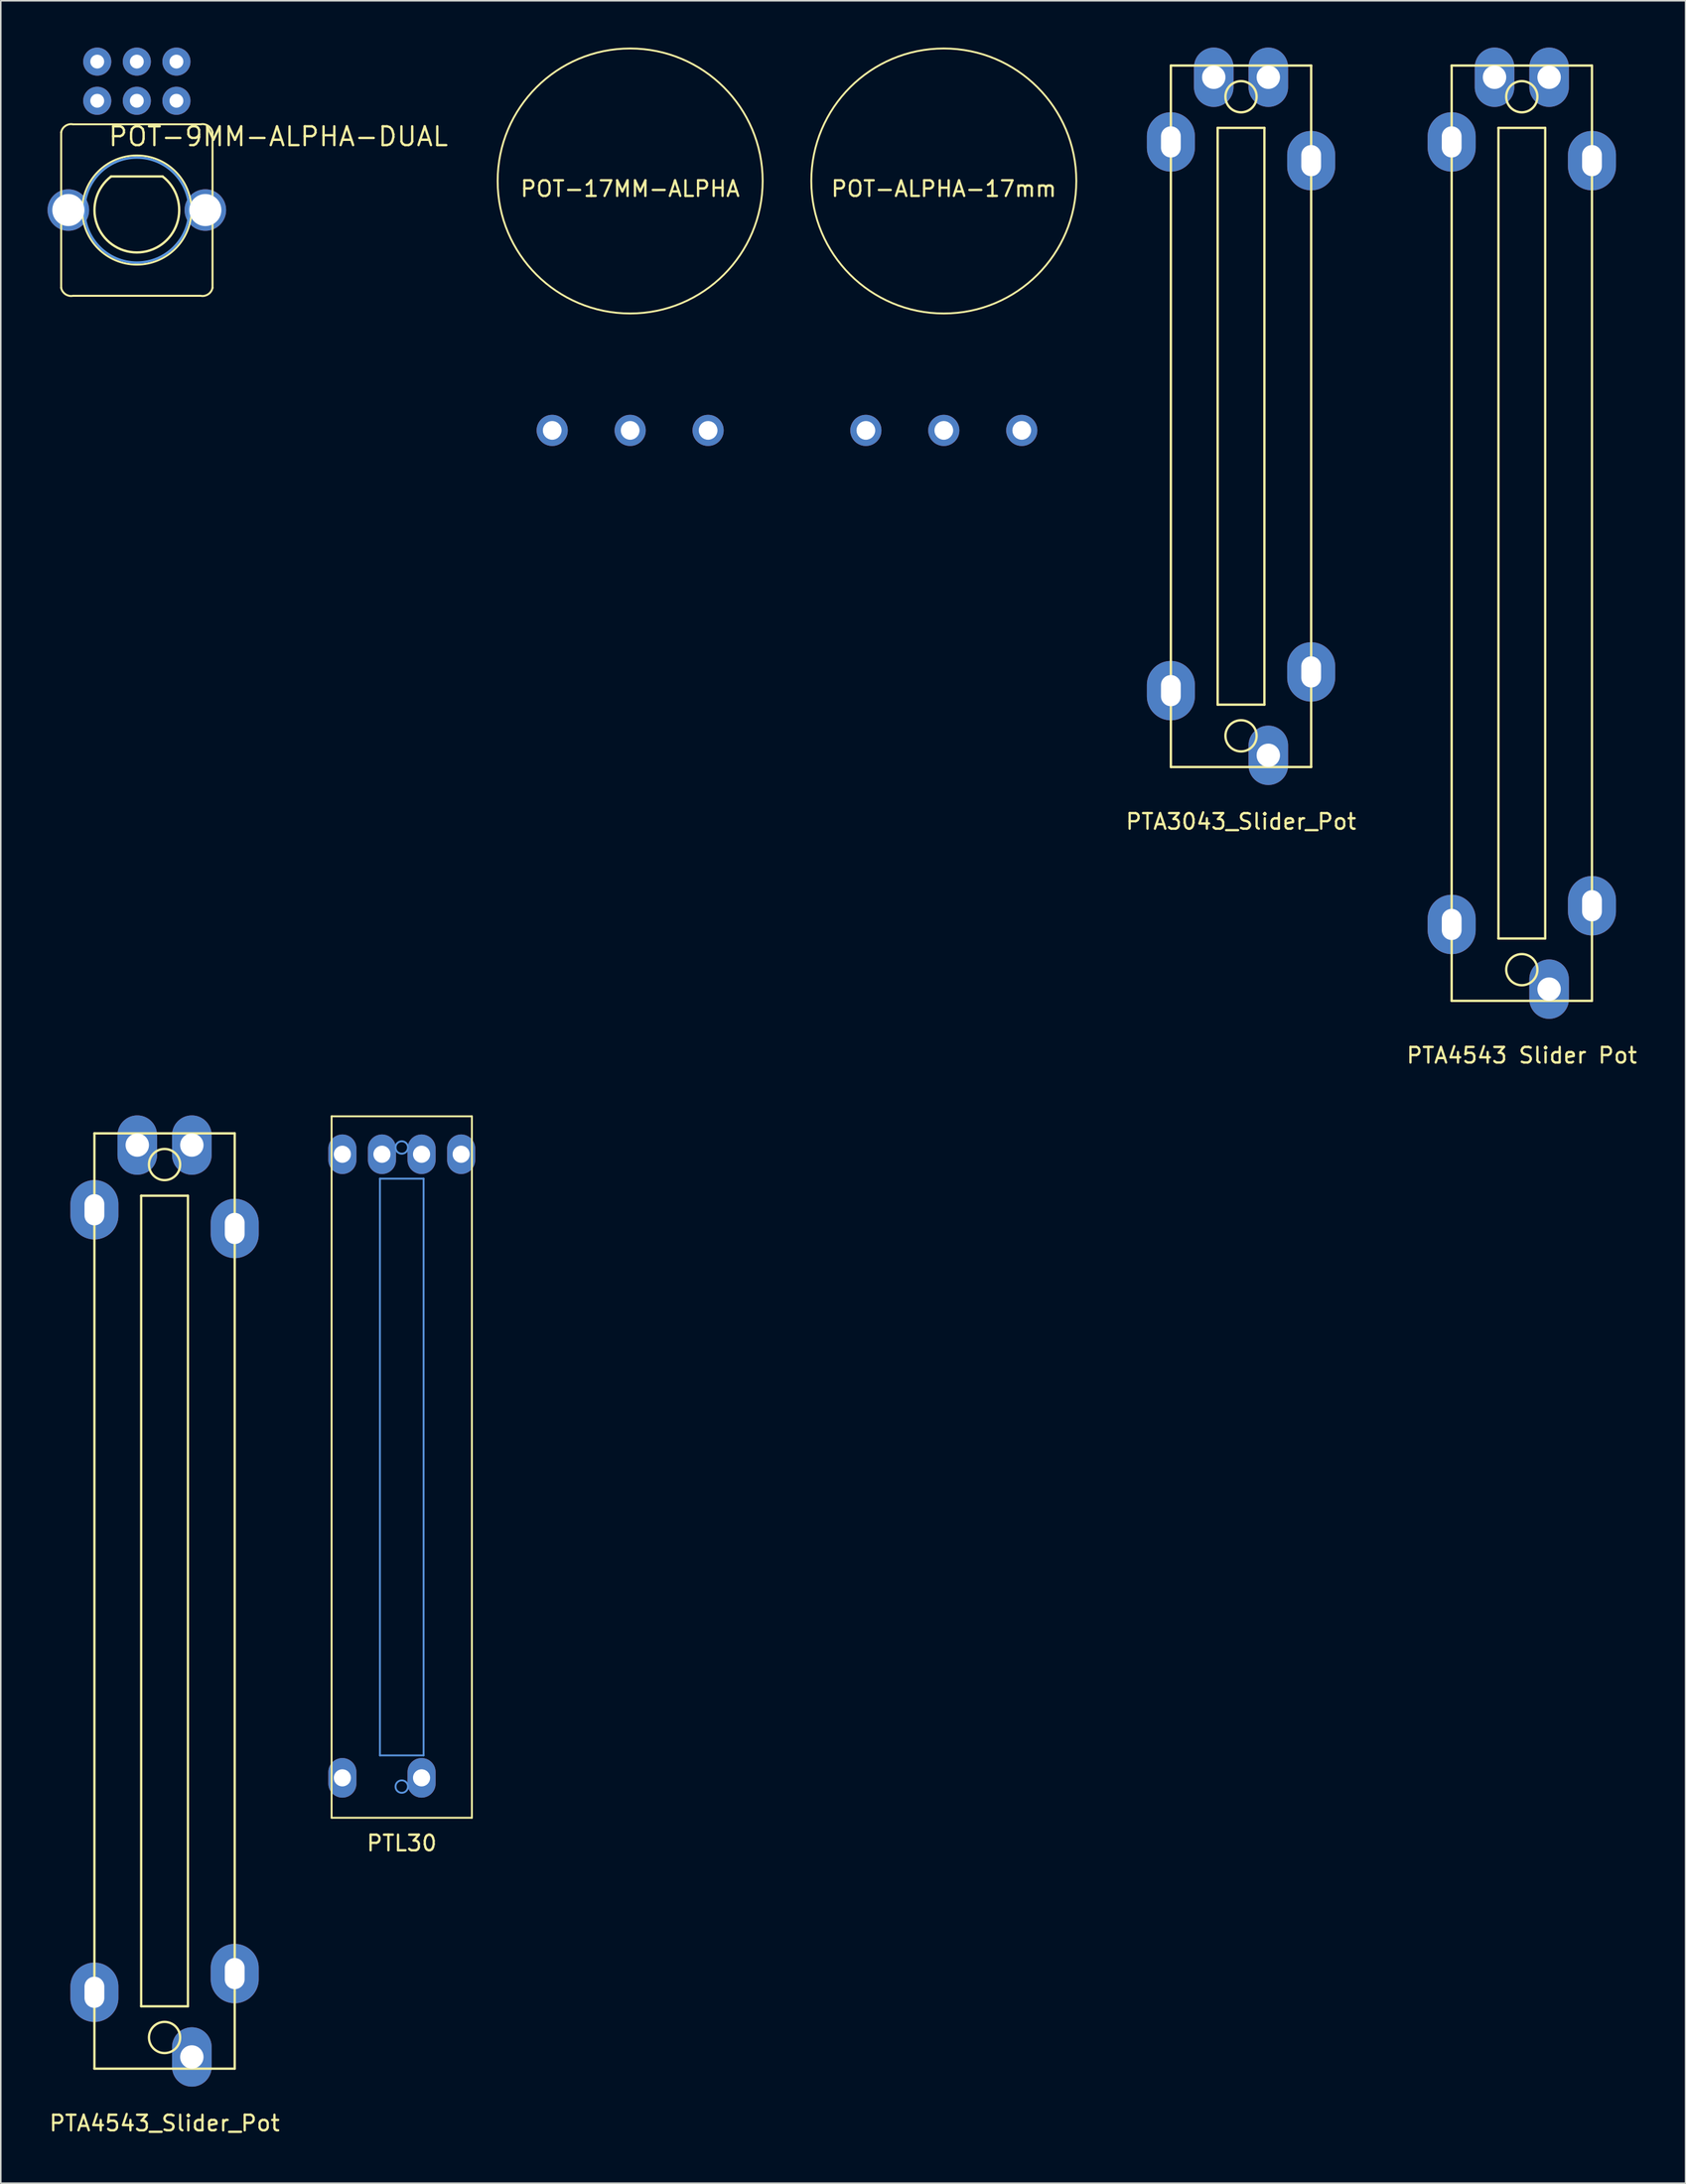
<source format=kicad_pcb>
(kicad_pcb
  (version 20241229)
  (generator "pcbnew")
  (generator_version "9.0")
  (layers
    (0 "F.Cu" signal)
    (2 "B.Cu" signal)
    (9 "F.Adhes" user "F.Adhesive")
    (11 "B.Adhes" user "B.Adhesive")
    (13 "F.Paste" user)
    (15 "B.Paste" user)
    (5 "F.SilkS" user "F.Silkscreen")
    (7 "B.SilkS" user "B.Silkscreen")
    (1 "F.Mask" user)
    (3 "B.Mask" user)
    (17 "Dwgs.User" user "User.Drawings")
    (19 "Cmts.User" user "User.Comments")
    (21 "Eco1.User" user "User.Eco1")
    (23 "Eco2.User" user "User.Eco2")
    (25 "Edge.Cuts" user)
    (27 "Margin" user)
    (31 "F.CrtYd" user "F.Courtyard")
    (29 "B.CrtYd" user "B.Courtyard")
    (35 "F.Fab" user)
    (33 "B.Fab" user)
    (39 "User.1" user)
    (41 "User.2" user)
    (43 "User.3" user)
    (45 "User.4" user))
  (footprint "PTA4543 Slider Pot"
    (layer "F.Cu")
    (at 94.571 31.155)
    (property "Reference" "PTA4543 Slider Pot" (at 0 33.5 0) (layer "F.SilkS") (effects (font (size 1 1) (thickness 0.15))))
    (attr through_hole)
    (fp_line (start -4.5 -30) (end 4.5 -30) (stroke (width 0.15) (type solid)) (layer "F.SilkS"))
    (fp_line (start -4.5 30) (end -4.5 -30) (stroke (width 0.15) (type solid)) (layer "F.SilkS"))
    (fp_line (start -1.5 -26) (end 1.5 -26) (stroke (width 0.15) (type solid)) (layer "F.SilkS"))
    (fp_line (start -1.5 26) (end -1.5 -26) (stroke (width 0.15) (type solid)) (layer "F.SilkS"))
    (fp_line (start 1.5 -26) (end 1.5 26) (stroke (width 0.15) (type solid)) (layer "F.SilkS"))
    (fp_line (start 1.5 26) (end -1.5 26) (stroke (width 0.15) (type solid)) (layer "F.SilkS"))
    (fp_line (start 4.5 -30) (end 4.5 30) (stroke (width 0.15) (type solid)) (layer "F.SilkS"))
    (fp_line (start 4.5 30) (end -4.5 30) (stroke (width 0.15) (type solid)) (layer "F.SilkS"))
    (fp_circle (center 0 -28) (end 1 -28) (stroke (width 0.15) (type solid)) (fill no) (layer "F.SilkS"))
    (fp_circle (center 0 28) (end 1 28) (stroke (width 0.15) (type solid)) (fill no) (layer "F.SilkS"))
    (pad "" np_thru_hole oval (at -4.5 -25.1) (size 3.08 3.81) (drill oval 1.27 2) (layers "*.Cu" "*.Mask"))
    (pad "" np_thru_hole oval (at -4.5 25.1) (size 3.08 3.81) (drill oval 1.27 2) (layers "*.Cu" "*.Mask"))
    (pad "" np_thru_hole oval (at 4.5 -23.9) (size 3.08 3.81) (drill oval 1.27 2) (layers "*.Cu" "*.Mask"))
    (pad "" np_thru_hole oval (at 4.5 23.9) (size 3.08 3.81) (drill oval 1.27 2) (layers "*.Cu" "*.Mask"))
    (pad "1" thru_hole oval (at 1.75 -29.25) (size 2.54 3.81) (drill 1.5) (layers "*.Cu" "*.Mask"))
    (pad "2" thru_hole oval (at -1.75 -29.25) (size 2.54 3.81) (drill 1.5) (layers "*.Cu" "*.Mask"))
    (pad "3" thru_hole oval (at 1.75 29.25) (size 2.54 3.81) (drill 1.5) (layers "*.Cu" "*.Mask")))
  (footprint "POT-9MM-ALPHA-DUAL"
    (layer "F.Cu")
    (at 5.728 10.427)
    (property "Reference" "POT-9MM-ALPHA-DUAL" (at -1.905 -4.013 0) (layer "F.SilkS") (effects (font (size 1.206 1.206) (thickness 0.152)) (justify left bottom)))
    (attr through_hole)
    (fp_line (start -4.854 -4.992) (end -4.854 4.988) (stroke (width 0.127) (type solid)) (layer "F.SilkS"))
    (fp_line (start -4.09 5.498) (end 4.09 5.498) (stroke (width 0.127) (type solid)) (layer "F.SilkS"))
    (fp_line (start 1.651 -2.159) (end -1.651 -2.159) (stroke (width 0.15) (type solid)) (layer "F.SilkS"))
    (fp_line (start 4.09 -5.502) (end -4.09 -5.502) (stroke (width 0.127) (type solid)) (layer "F.SilkS"))
    (fp_line (start 4.854 4.988) (end 4.854 -4.992) (stroke (width 0.127) (type solid)) (layer "F.SilkS"))
    (fp_arc (start -4.854163 -4.991943) (mid -4.577817 -5.405102) (end -4.090263 -5.501843) (stroke (width 0.127) (type solid)) (layer "F.SilkS"))
    (fp_arc (start -4.090263 5.498157) (mid -4.577817 5.401416) (end -4.854163 4.988257) (stroke (width 0.127) (type solid)) (layer "F.SilkS"))
    (fp_arc (start 1.651 -2.159) (mid 0 2.717919) (end -1.651 -2.159) (stroke (width 0.15) (type solid)) (layer "F.SilkS"))
    (fp_arc (start 4.089937 -5.501843) (mid 4.577491 -5.405102) (end 4.853837 -4.991943) (stroke (width 0.127) (type solid)) (layer "F.SilkS"))
    (fp_arc (start 4.853837 4.988257) (mid 4.577491 5.401416) (end 4.089937 5.498157) (stroke (width 0.127) (type solid)) (layer "F.SilkS"))
    (fp_circle (center -0.000163 -0.002) (end -3.5 -0.002) (stroke (width 0.127) (type solid)) (fill no) (layer "F.SilkS"))
    (fp_circle (center 0 0) (end -3.365 0) (stroke (width 0.15) (type solid)) (fill no) (layer "Cmts.User"))
    (pad "" np_thru_hole circle (at -4.394 -0.002) (size 2.667 2.667) (drill 2.057) (layers "*.Cu" "*.Mask"))
    (pad "" np_thru_hole circle (at 4.394 -0.002) (size 2.667 2.667) (drill 2.057) (layers "*.Cu" "*.Mask"))
    (pad "1" thru_hole circle (at 2.54 -7.012 270) (size 1.803 1.803) (drill 0.889) (layers "*.Cu" "*.Mask"))
    (pad "2" thru_hole circle (at -0.000163 -7.012 270) (size 1.803 1.803) (drill 0.889) (layers "*.Cu" "*.Mask"))
    (pad "3" thru_hole circle (at -2.54 -7.012 270) (size 1.803 1.803) (drill 0.889) (layers "*.Cu" "*.Mask"))
    (pad "4" thru_hole circle (at 2.54 -9.525 270) (size 1.803 1.803) (drill 0.889) (layers "*.Cu" "*.Mask"))
    (pad "5" thru_hole circle (at -0.000163 -9.525 270) (size 1.803 1.803) (drill 0.889) (layers "*.Cu" "*.Mask"))
    (pad "6" thru_hole circle (at -2.54 -9.525 270) (size 1.803 1.803) (drill 0.889) (layers "*.Cu" "*.Mask")))
  (footprint "POT-ALPHA-17mm"
    (layer "F.Cu")
    (at 57.493 8.56)
    (property "Reference" "POT-ALPHA-17mm" (at 0 0.5 0) (layer "F.SilkS") (effects (font (size 1 1) (thickness 0.15))))
    (attr through_hole)
    (fp_circle (center 0 0) (end 0 8.5) (stroke (width 0.12) (type solid)) (fill no) (layer "F.SilkS"))
    (fp_circle (center 0 0) (end 0 3.75) (stroke (width 0.12) (type solid)) (fill no) (layer "B.Adhes"))
    (pad "1" thru_hole circle (at -5 16) (size 2 2) (drill 1.2) (layers "*.Cu" "*.Mask"))
    (pad "2" thru_hole circle (at 0 16) (size 2 2) (drill 1.2) (layers "*.Cu" "*.Mask"))
    (pad "3" thru_hole circle (at 5 16) (size 2 2) (drill 1.2) (layers "*.Cu" "*.Mask")))
  (footprint "PTL30"
    (layer "F.Cu")
    (at 22.722 91.063)
    (property "Reference" "PTL30" (at 0 24.13 0) (layer "F.SilkS") (effects (font (size 1 1) (thickness 0.15))))
    (attr through_hole)
    (fp_line (start -4.5 -22.5) (end 4.5 -22.5) (stroke (width 0.12) (type solid)) (layer "F.SilkS"))
    (fp_line (start -4.5 22.5) (end -4.5 -22.5) (stroke (width 0.12) (type solid)) (layer "F.SilkS"))
    (fp_line (start 4.5 -22.5) (end 4.5 22.5) (stroke (width 0.12) (type solid)) (layer "F.SilkS"))
    (fp_line (start 4.5 22.5) (end -4.5 22.5) (stroke (width 0.12) (type solid)) (layer "F.SilkS"))
    (fp_line (start -1.4 -18.5) (end -1.4 18.5) (stroke (width 0.12) (type solid)) (layer "Cmts.User"))
    (fp_line (start -1.4 -18.5) (end 1.4 -18.5) (stroke (width 0.12) (type solid)) (layer "Cmts.User"))
    (fp_line (start -1.4 18.5) (end 1.4 18.5) (stroke (width 0.12) (type solid)) (layer "Cmts.User"))
    (fp_line (start 1.4 18.5) (end 1.4 -18.5) (stroke (width 0.12) (type solid)) (layer "Cmts.User"))
    (fp_circle (center 0 -20.5) (end 0.4 -20.5) (stroke (width 0.12) (type solid)) (fill no) (layer "Cmts.User"))
    (fp_circle (center 0 20.5) (end 0.4 20.5) (stroke (width 0.12) (type solid)) (fill no) (layer "Cmts.User"))
    (pad "1" thru_hole oval (at 1.27 -20.066) (size 1.8 2.54) (drill 1.1) (layers "*.Cu" "*.Mask"))
    (pad "2" thru_hole oval (at 3.81 -20.066) (size 1.8 2.54) (drill 1.1) (layers "*.Cu" "*.Mask"))
    (pad "3" thru_hole oval (at 1.27 19.939) (size 1.8 2.54) (drill 1.1) (layers "*.Cu" "*.Mask"))
    (pad "B" thru_hole oval (at -3.81 19.939) (size 1.8 2.54) (drill 1.1) (layers "*.Cu" "*.Mask"))
    (pad "E" thru_hole oval (at -3.81 -20.066) (size 1.8 2.54) (drill 1.1) (layers "*.Cu" "*.Mask"))
    (pad "L" thru_hole oval (at -1.27 -20.066) (size 1.8 2.54) (drill 1.1) (layers "*.Cu" "*.Mask")))
  (footprint "POT-17MM-ALPHA"
    (layer "F.Cu")
    (at 37.373 8.56)
    (property "Reference" "POT-17MM-ALPHA" (at 0 0.5 0) (layer "F.SilkS") (effects (font (size 1 1) (thickness 0.15))))
    (attr through_hole)
    (fp_circle (center 0 0) (end 0 8.5) (stroke (width 0.12) (type solid)) (fill no) (layer "F.SilkS"))
    (fp_circle (center 0 0) (end 0 3.75) (stroke (width 0.12) (type solid)) (fill no) (layer "B.Adhes"))
    (pad "1" thru_hole circle (at -5 16) (size 2 2) (drill 1.2) (layers "*.Cu" "*.Mask"))
    (pad "2" thru_hole circle (at 0 16) (size 2 2) (drill 1.2) (layers "*.Cu" "*.Mask"))
    (pad "3" thru_hole circle (at 5 16) (size 2 2) (drill 1.2) (layers "*.Cu" "*.Mask")))
  (footprint "PTA3043_Slider_Pot"
    (layer "F.Cu")
    (at 76.559 23.655)
    (property "Reference" "PTA3043_Slider_Pot" (at 0 26 0) (layer "F.SilkS") (effects (font (size 1 1) (thickness 0.15))))
    (attr through_hole)
    (fp_line (start -4.5 -22.5) (end 4.5 -22.5) (stroke (width 0.15) (type solid)) (layer "F.SilkS"))
    (fp_line (start -4.5 22.5) (end -4.5 -22.5) (stroke (width 0.15) (type solid)) (layer "F.SilkS"))
    (fp_line (start -1.5 -18.5) (end 1.5 -18.5) (stroke (width 0.15) (type solid)) (layer "F.SilkS"))
    (fp_line (start -1.5 18.5) (end -1.5 -18.5) (stroke (width 0.15) (type solid)) (layer "F.SilkS"))
    (fp_line (start 1.5 -18.5) (end 1.5 18.5) (stroke (width 0.15) (type solid)) (layer "F.SilkS"))
    (fp_line (start 1.5 18.5) (end -1.5 18.5) (stroke (width 0.15) (type solid)) (layer "F.SilkS"))
    (fp_line (start 4.5 -22.5) (end 4.5 22.5) (stroke (width 0.15) (type solid)) (layer "F.SilkS"))
    (fp_line (start 4.5 22.5) (end -4.5 22.5) (stroke (width 0.15) (type solid)) (layer "F.SilkS"))
    (fp_circle (center 0 -20.5) (end 1 -20.5) (stroke (width 0.15) (type solid)) (fill no) (layer "F.SilkS"))
    (fp_circle (center 0 20.5) (end 1 20.5) (stroke (width 0.15) (type solid)) (fill no) (layer "F.SilkS"))
    (pad "" np_thru_hole oval (at -4.5 -17.6) (size 3.08 3.81) (drill oval 1.27 2) (layers "*.Cu" "*.Mask"))
    (pad "" np_thru_hole oval (at -4.5 17.6) (size 3.08 3.81) (drill oval 1.27 2) (layers "*.Cu" "*.Mask"))
    (pad "" np_thru_hole oval (at 4.5 -16.4) (size 3.08 3.81) (drill oval 1.27 2) (layers "*.Cu" "*.Mask"))
    (pad "" np_thru_hole oval (at 4.5 16.4) (size 3.08 3.81) (drill oval 1.27 2) (layers "*.Cu" "*.Mask"))
    (pad "1" thru_hole oval (at 1.75 -21.75) (size 2.54 3.81) (drill 1.5) (layers "*.Cu" "*.Mask"))
    (pad "2" thru_hole oval (at -1.75 -21.75) (size 2.54 3.81) (drill 1.5) (layers "*.Cu" "*.Mask"))
    (pad "3" thru_hole oval (at 1.75 21.75) (size 2.54 3.81) (drill 1.5) (layers "*.Cu" "*.Mask")))
  (footprint "PTA4543_Slider_Pot"
    (layer "F.Cu")
    (at 7.506 99.658)
    (property "Reference" "PTA4543_Slider_Pot" (at 0 33.5 0) (layer "F.SilkS") (effects (font (size 1 1) (thickness 0.15))))
    (attr through_hole)
    (fp_line (start -4.5 -30) (end 4.5 -30) (stroke (width 0.15) (type solid)) (layer "F.SilkS"))
    (fp_line (start -4.5 30) (end -4.5 -30) (stroke (width 0.15) (type solid)) (layer "F.SilkS"))
    (fp_line (start -1.5 -26) (end 1.5 -26) (stroke (width 0.15) (type solid)) (layer "F.SilkS"))
    (fp_line (start -1.5 26) (end -1.5 -26) (stroke (width 0.15) (type solid)) (layer "F.SilkS"))
    (fp_line (start 1.5 -26) (end 1.5 26) (stroke (width 0.15) (type solid)) (layer "F.SilkS"))
    (fp_line (start 1.5 26) (end -1.5 26) (stroke (width 0.15) (type solid)) (layer "F.SilkS"))
    (fp_line (start 4.5 -30) (end 4.5 30) (stroke (width 0.15) (type solid)) (layer "F.SilkS"))
    (fp_line (start 4.5 30) (end -4.5 30) (stroke (width 0.15) (type solid)) (layer "F.SilkS"))
    (fp_circle (center 0 -28) (end 1 -28) (stroke (width 0.15) (type solid)) (fill no) (layer "F.SilkS"))
    (fp_circle (center 0 28) (end 1 28) (stroke (width 0.15) (type solid)) (fill no) (layer "F.SilkS"))
    (pad "" np_thru_hole oval (at -4.5 -25.1) (size 3.08 3.81) (drill oval 1.27 2) (layers "*.Cu" "*.Mask"))
    (pad "" np_thru_hole oval (at -4.5 25.1) (size 3.08 3.81) (drill oval 1.27 2) (layers "*.Cu" "*.Mask"))
    (pad "" np_thru_hole oval (at 4.5 -23.9) (size 3.08 3.81) (drill oval 1.27 2) (layers "*.Cu" "*.Mask"))
    (pad "" np_thru_hole oval (at 4.5 23.9) (size 3.08 3.81) (drill oval 1.27 2) (layers "*.Cu" "*.Mask"))
    (pad "1" thru_hole oval (at 1.75 -29.25) (size 2.54 3.81) (drill 1.5) (layers "*.Cu" "*.Mask"))
    (pad "2" thru_hole oval (at -1.75 -29.25) (size 2.54 3.81) (drill 1.5) (layers "*.Cu" "*.Mask"))
    (pad "3" thru_hole oval (at 1.75 29.25) (size 2.54 3.81) (drill 1.5) (layers "*.Cu" "*.Mask")))
  (gr_rect
    (start -3 -3)
    (end 105.077 137.006)
    (stroke (width 0.1) (type default))
    (fill no)
    (layer "Edge.Cuts")))
</source>
